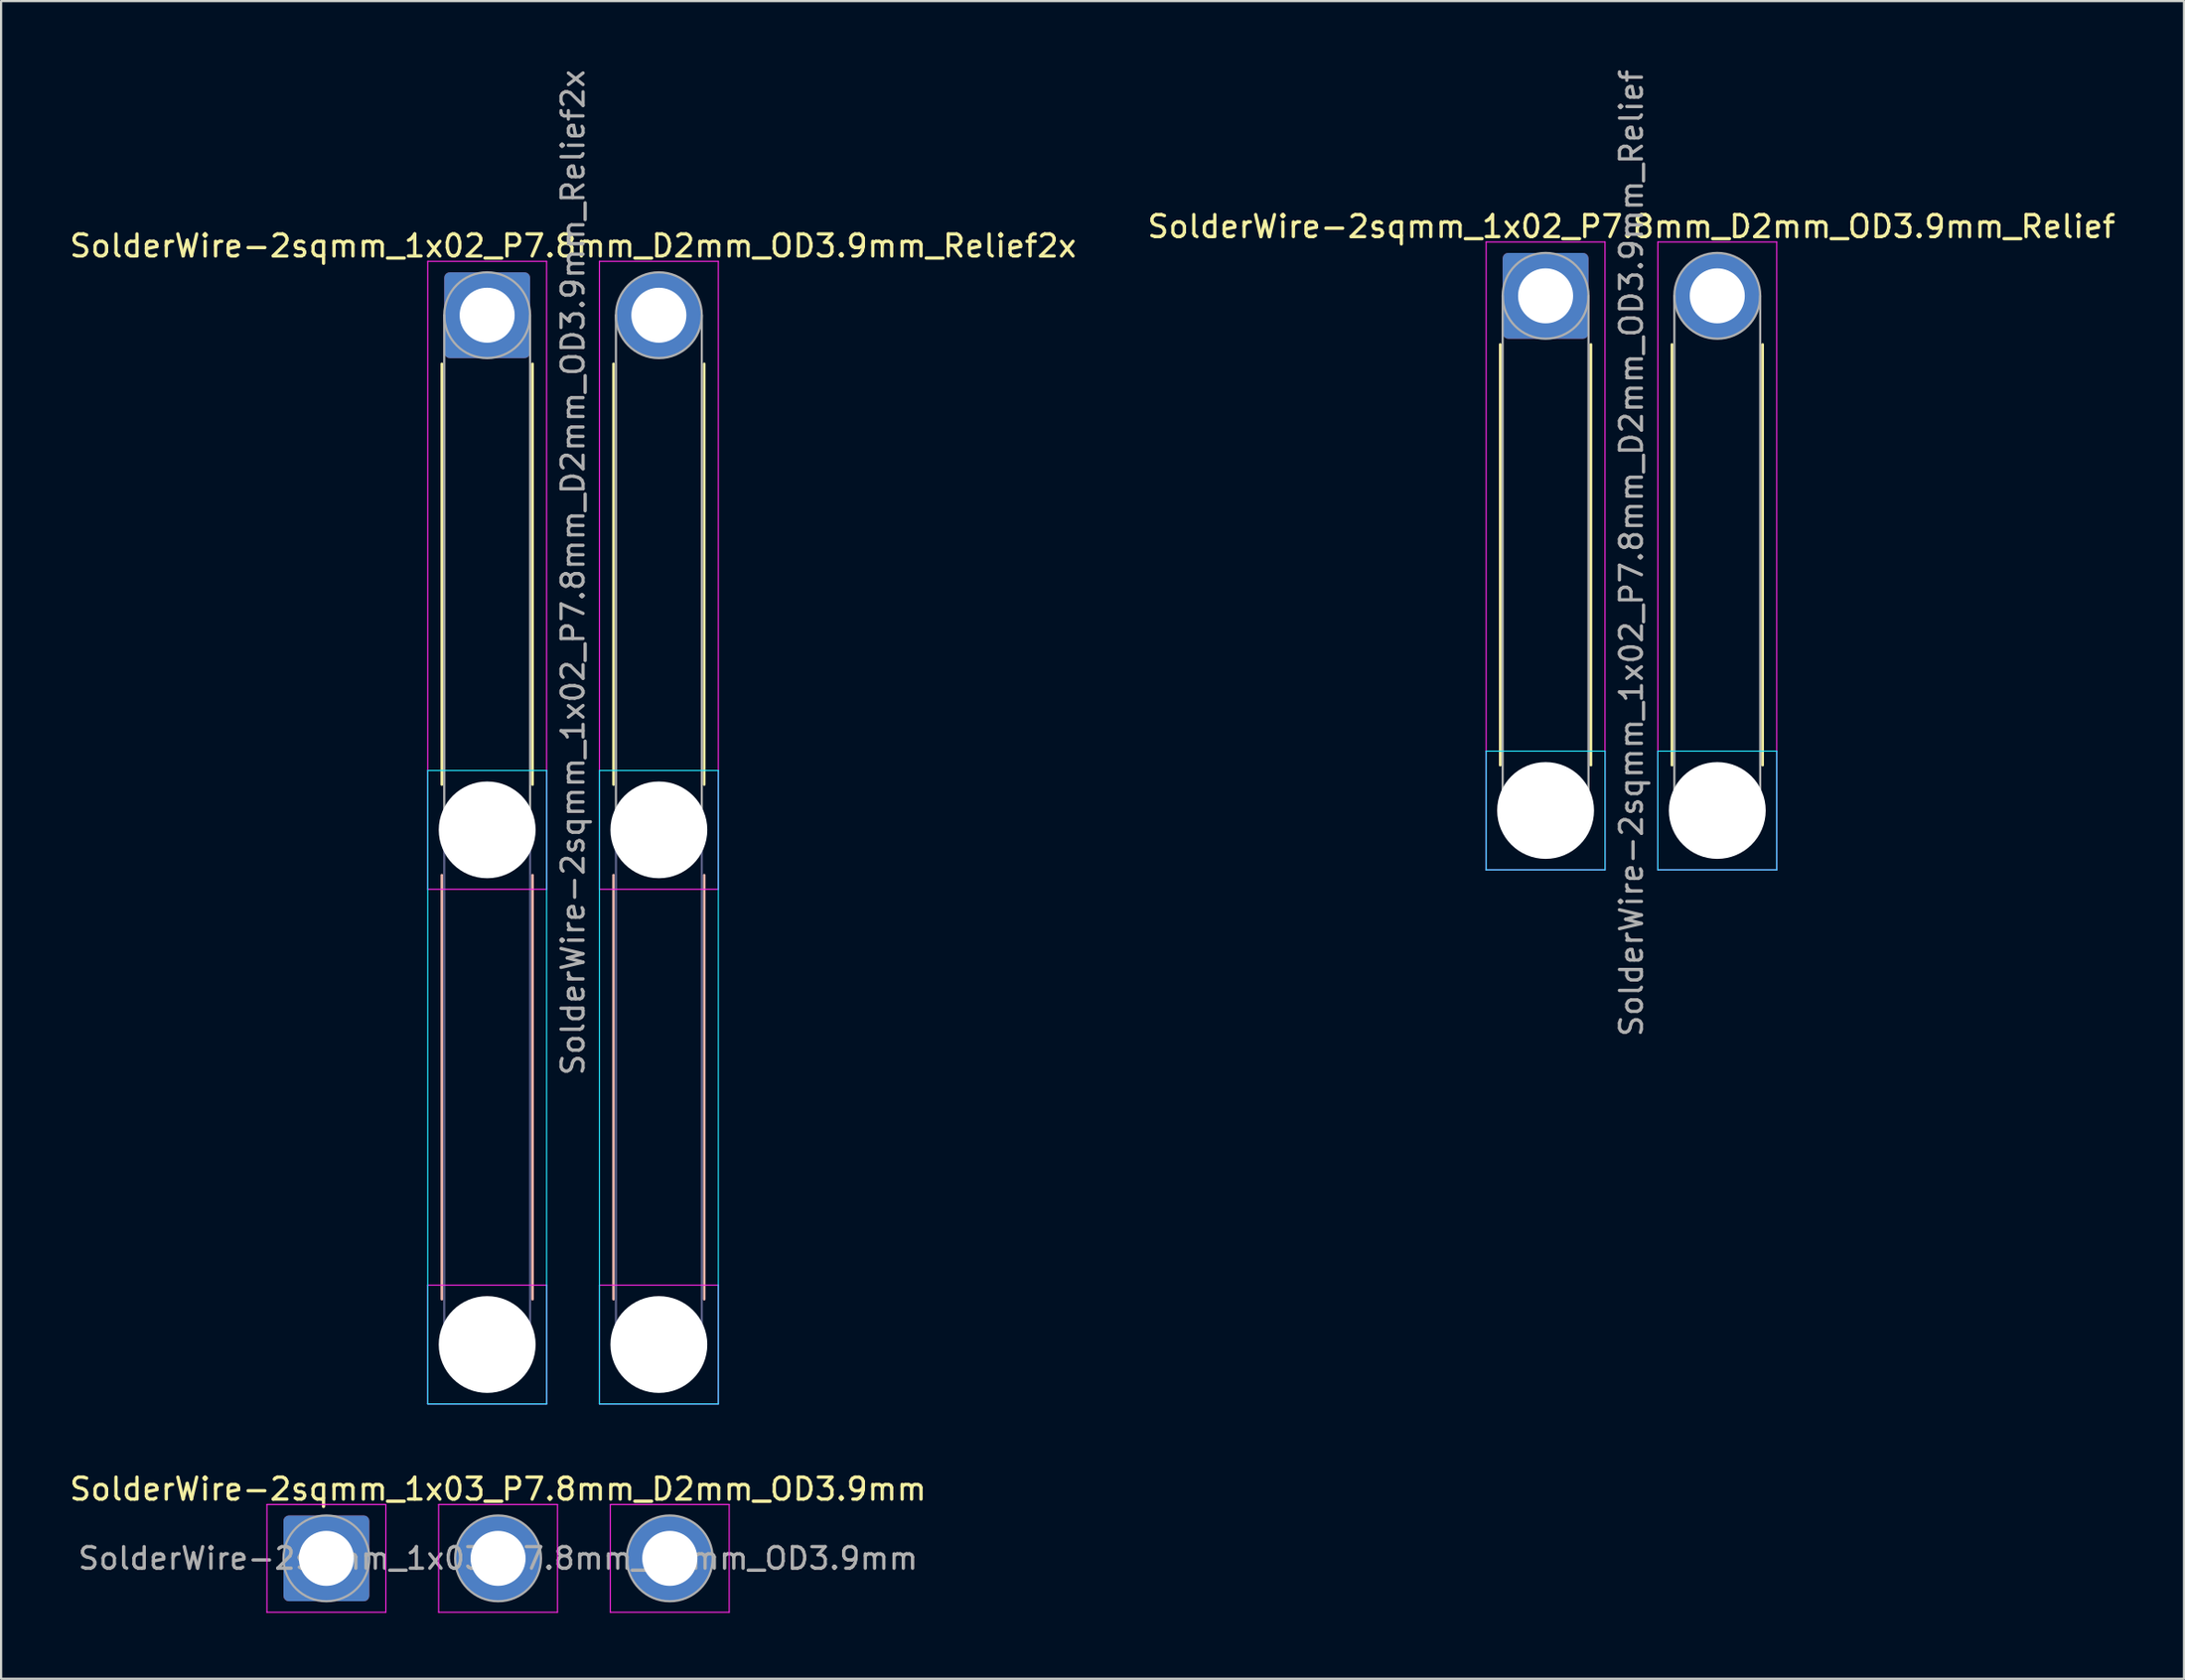
<source format=kicad_pcb>
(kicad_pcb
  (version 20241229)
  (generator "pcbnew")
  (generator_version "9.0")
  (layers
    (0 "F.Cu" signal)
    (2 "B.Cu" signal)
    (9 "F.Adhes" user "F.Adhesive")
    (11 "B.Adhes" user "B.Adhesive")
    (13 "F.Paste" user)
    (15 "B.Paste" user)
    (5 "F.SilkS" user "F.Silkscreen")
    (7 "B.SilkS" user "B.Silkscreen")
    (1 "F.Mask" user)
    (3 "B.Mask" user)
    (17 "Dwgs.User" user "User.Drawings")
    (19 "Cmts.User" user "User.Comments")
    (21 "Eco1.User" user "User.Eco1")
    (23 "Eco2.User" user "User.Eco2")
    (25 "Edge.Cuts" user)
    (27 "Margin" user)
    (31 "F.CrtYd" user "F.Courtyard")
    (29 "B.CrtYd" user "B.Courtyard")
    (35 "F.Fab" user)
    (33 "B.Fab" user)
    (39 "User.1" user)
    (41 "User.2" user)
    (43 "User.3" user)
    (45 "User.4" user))
  (footprint "SolderWire-2sqmm_1x02_P7.8mm_D2mm_OD3.9mm_Relief2x"
    (layer "F.Cu")
    (at 19.082 11.282)
    (property "Reference" "SolderWire-2sqmm_1x02_P7.8mm_D2mm_OD3.9mm_Relief2x" (at 3.9 -3.15 0) (layer "F.SilkS") (effects (font (size 1 1) (thickness 0.15))))
    (attr exclude_from_pos_files exclude_from_bom)
    (fp_line (start -2.06 2.21) (end -2.06 21.34) (stroke (width 0.12) (type solid)) (layer "F.SilkS"))
    (fp_line (start 2.06 2.21) (end 2.06 21.34) (stroke (width 0.12) (type solid)) (layer "F.SilkS"))
    (fp_line (start 5.74 2.21) (end 5.74 21.34) (stroke (width 0.12) (type solid)) (layer "F.SilkS"))
    (fp_line (start 9.86 2.21) (end 9.86 21.34) (stroke (width 0.12) (type solid)) (layer "F.SilkS"))
    (fp_line (start -2.06 25.46) (end -2.06 44.74) (stroke (width 0.12) (type solid)) (layer "B.SilkS"))
    (fp_line (start 2.06 25.46) (end 2.06 44.74) (stroke (width 0.12) (type solid)) (layer "B.SilkS"))
    (fp_line (start 5.74 25.46) (end 5.74 44.74) (stroke (width 0.12) (type solid)) (layer "B.SilkS"))
    (fp_line (start 9.86 25.46) (end 9.86 44.74) (stroke (width 0.12) (type solid)) (layer "B.SilkS"))
    (fp_line (start -2.7 20.7) (end -2.7 49.5) (stroke (width 0.05) (type solid)) (layer "B.CrtYd"))
    (fp_line (start -2.7 49.5) (end 2.7 49.5) (stroke (width 0.05) (type solid)) (layer "B.CrtYd"))
    (fp_line (start 2.7 20.7) (end -2.7 20.7) (stroke (width 0.05) (type solid)) (layer "B.CrtYd"))
    (fp_line (start 2.7 49.5) (end 2.7 20.7) (stroke (width 0.05) (type solid)) (layer "B.CrtYd"))
    (fp_line (start 5.1 20.7) (end 5.1 49.5) (stroke (width 0.05) (type solid)) (layer "B.CrtYd"))
    (fp_line (start 5.1 49.5) (end 10.5 49.5) (stroke (width 0.05) (type solid)) (layer "B.CrtYd"))
    (fp_line (start 10.5 20.7) (end 5.1 20.7) (stroke (width 0.05) (type solid)) (layer "B.CrtYd"))
    (fp_line (start 10.5 49.5) (end 10.5 20.7) (stroke (width 0.05) (type solid)) (layer "B.CrtYd"))
    (fp_line (start -2.7 -2.45) (end -2.7 26.1) (stroke (width 0.05) (type solid)) (layer "F.CrtYd"))
    (fp_line (start -2.7 26.1) (end 2.7 26.1) (stroke (width 0.05) (type solid)) (layer "F.CrtYd"))
    (fp_line (start -2.7 44.1) (end -2.7 49.5) (stroke (width 0.05) (type solid)) (layer "F.CrtYd"))
    (fp_line (start -2.7 49.5) (end 2.7 49.5) (stroke (width 0.05) (type solid)) (layer "F.CrtYd"))
    (fp_line (start 2.7 -2.45) (end -2.7 -2.45) (stroke (width 0.05) (type solid)) (layer "F.CrtYd"))
    (fp_line (start 2.7 26.1) (end 2.7 -2.45) (stroke (width 0.05) (type solid)) (layer "F.CrtYd"))
    (fp_line (start 2.7 44.1) (end -2.7 44.1) (stroke (width 0.05) (type solid)) (layer "F.CrtYd"))
    (fp_line (start 2.7 49.5) (end 2.7 44.1) (stroke (width 0.05) (type solid)) (layer "F.CrtYd"))
    (fp_line (start 5.1 -2.45) (end 5.1 26.1) (stroke (width 0.05) (type solid)) (layer "F.CrtYd"))
    (fp_line (start 5.1 26.1) (end 10.5 26.1) (stroke (width 0.05) (type solid)) (layer "F.CrtYd"))
    (fp_line (start 5.1 44.1) (end 5.1 49.5) (stroke (width 0.05) (type solid)) (layer "F.CrtYd"))
    (fp_line (start 5.1 49.5) (end 10.5 49.5) (stroke (width 0.05) (type solid)) (layer "F.CrtYd"))
    (fp_line (start 10.5 -2.45) (end 5.1 -2.45) (stroke (width 0.05) (type solid)) (layer "F.CrtYd"))
    (fp_line (start 10.5 26.1) (end 10.5 -2.45) (stroke (width 0.05) (type solid)) (layer "F.CrtYd"))
    (fp_line (start 10.5 44.1) (end 5.1 44.1) (stroke (width 0.05) (type solid)) (layer "F.CrtYd"))
    (fp_line (start 10.5 49.5) (end 10.5 44.1) (stroke (width 0.05) (type solid)) (layer "F.CrtYd"))
    (fp_line (start -1.95 23.4) (end -1.95 46.8) (stroke (width 0.1) (type solid)) (layer "B.Fab"))
    (fp_line (start 1.95 23.4) (end 1.95 46.8) (stroke (width 0.1) (type solid)) (layer "B.Fab"))
    (fp_line (start 5.85 23.4) (end 5.85 46.8) (stroke (width 0.1) (type solid)) (layer "B.Fab"))
    (fp_line (start 9.75 23.4) (end 9.75 46.8) (stroke (width 0.1) (type solid)) (layer "B.Fab"))
    (fp_circle (center 0 23.4) (end 1.95 23.4) (stroke (width 0.1) (type solid)) (fill no) (layer "B.Fab"))
    (fp_circle (center 0 46.8) (end 1.95 46.8) (stroke (width 0.1) (type solid)) (fill no) (layer "B.Fab"))
    (fp_circle (center 7.8 23.4) (end 9.75 23.4) (stroke (width 0.1) (type solid)) (fill no) (layer "B.Fab"))
    (fp_circle (center 7.8 46.8) (end 9.75 46.8) (stroke (width 0.1) (type solid)) (fill no) (layer "B.Fab"))
    (fp_line (start -1.95 0) (end -1.95 23.4) (stroke (width 0.1) (type solid)) (layer "F.Fab"))
    (fp_line (start 1.95 0) (end 1.95 23.4) (stroke (width 0.1) (type solid)) (layer "F.Fab"))
    (fp_line (start 5.85 0) (end 5.85 23.4) (stroke (width 0.1) (type solid)) (layer "F.Fab"))
    (fp_line (start 9.75 0) (end 9.75 23.4) (stroke (width 0.1) (type solid)) (layer "F.Fab"))
    (fp_circle (center 0 0) (end 1.95 0) (stroke (width 0.1) (type solid)) (fill no) (layer "F.Fab"))
    (fp_circle (center 0 23.4) (end 1.95 23.4) (stroke (width 0.1) (type solid)) (fill no) (layer "F.Fab"))
    (fp_circle (center 0 46.8) (end 1.95 46.8) (stroke (width 0.1) (type solid)) (fill no) (layer "F.Fab"))
    (fp_circle (center 7.8 0) (end 9.75 0) (stroke (width 0.1) (type solid)) (fill no) (layer "F.Fab"))
    (fp_circle (center 7.8 23.4) (end 9.75 23.4) (stroke (width 0.1) (type solid)) (fill no) (layer "F.Fab"))
    (fp_circle (center 7.8 46.8) (end 9.75 46.8) (stroke (width 0.1) (type solid)) (fill no) (layer "F.Fab"))
    (fp_text user "${REFERENCE}" (at 3.9 11.7 90) (layer "F.Fab") (effects (font (size 1 1) (thickness 0.15))))
    (pad "" np_thru_hole circle (at 0 23.4) (size 4.4 4.4) (drill 4.4) (layers "*.Cu" "*.Mask"))
    (pad "" np_thru_hole circle (at 0 46.8) (size 4.4 4.4) (drill 4.4) (layers "*.Cu" "*.Mask"))
    (pad "" np_thru_hole circle (at 7.8 23.4) (size 4.4 4.4) (drill 4.4) (layers "*.Cu" "*.Mask"))
    (pad "" np_thru_hole circle (at 7.8 46.8) (size 4.4 4.4) (drill 4.4) (layers "*.Cu" "*.Mask"))
    (pad "1" thru_hole roundrect (at 0 0) (size 3.9 3.9) (drill 2.5) (layers "*.Cu" "*.Mask") (roundrect_rratio 0.064))
    (pad "2" thru_hole circle (at 7.8 0) (size 3.9 3.9) (drill 2.5) (layers "*.Cu" "*.Mask")))
  (footprint "SolderWire-2sqmm_1x02_P7.8mm_D2mm_OD3.9mm_Relief"
    (layer "F.Cu")
    (at 67.165 10.401)
    (property "Reference" "SolderWire-2sqmm_1x02_P7.8mm_D2mm_OD3.9mm_Relief" (at 3.9 -3.15 0) (layer "F.SilkS") (effects (font (size 1 1) (thickness 0.15))))
    (attr exclude_from_pos_files exclude_from_bom)
    (fp_line (start -2.06 2.21) (end -2.06 21.34) (stroke (width 0.12) (type solid)) (layer "F.SilkS"))
    (fp_line (start 2.06 2.21) (end 2.06 21.34) (stroke (width 0.12) (type solid)) (layer "F.SilkS"))
    (fp_line (start 5.74 2.21) (end 5.74 21.34) (stroke (width 0.12) (type solid)) (layer "F.SilkS"))
    (fp_line (start 9.86 2.21) (end 9.86 21.34) (stroke (width 0.12) (type solid)) (layer "F.SilkS"))
    (fp_line (start -2.7 20.7) (end -2.7 26.1) (stroke (width 0.05) (type solid)) (layer "B.CrtYd"))
    (fp_line (start -2.7 26.1) (end 2.7 26.1) (stroke (width 0.05) (type solid)) (layer "B.CrtYd"))
    (fp_line (start 2.7 20.7) (end -2.7 20.7) (stroke (width 0.05) (type solid)) (layer "B.CrtYd"))
    (fp_line (start 2.7 26.1) (end 2.7 20.7) (stroke (width 0.05) (type solid)) (layer "B.CrtYd"))
    (fp_line (start 5.1 20.7) (end 5.1 26.1) (stroke (width 0.05) (type solid)) (layer "B.CrtYd"))
    (fp_line (start 5.1 26.1) (end 10.5 26.1) (stroke (width 0.05) (type solid)) (layer "B.CrtYd"))
    (fp_line (start 10.5 20.7) (end 5.1 20.7) (stroke (width 0.05) (type solid)) (layer "B.CrtYd"))
    (fp_line (start 10.5 26.1) (end 10.5 20.7) (stroke (width 0.05) (type solid)) (layer "B.CrtYd"))
    (fp_line (start -2.7 -2.45) (end -2.7 26.1) (stroke (width 0.05) (type solid)) (layer "F.CrtYd"))
    (fp_line (start -2.7 26.1) (end 2.7 26.1) (stroke (width 0.05) (type solid)) (layer "F.CrtYd"))
    (fp_line (start 2.7 -2.45) (end -2.7 -2.45) (stroke (width 0.05) (type solid)) (layer "F.CrtYd"))
    (fp_line (start 2.7 26.1) (end 2.7 -2.45) (stroke (width 0.05) (type solid)) (layer "F.CrtYd"))
    (fp_line (start 5.1 -2.45) (end 5.1 26.1) (stroke (width 0.05) (type solid)) (layer "F.CrtYd"))
    (fp_line (start 5.1 26.1) (end 10.5 26.1) (stroke (width 0.05) (type solid)) (layer "F.CrtYd"))
    (fp_line (start 10.5 -2.45) (end 5.1 -2.45) (stroke (width 0.05) (type solid)) (layer "F.CrtYd"))
    (fp_line (start 10.5 26.1) (end 10.5 -2.45) (stroke (width 0.05) (type solid)) (layer "F.CrtYd"))
    (fp_line (start -1.95 0) (end -1.95 23.4) (stroke (width 0.1) (type solid)) (layer "F.Fab"))
    (fp_line (start 1.95 0) (end 1.95 23.4) (stroke (width 0.1) (type solid)) (layer "F.Fab"))
    (fp_line (start 5.85 0) (end 5.85 23.4) (stroke (width 0.1) (type solid)) (layer "F.Fab"))
    (fp_line (start 9.75 0) (end 9.75 23.4) (stroke (width 0.1) (type solid)) (layer "F.Fab"))
    (fp_circle (center 0 0) (end 1.95 0) (stroke (width 0.1) (type solid)) (fill no) (layer "F.Fab"))
    (fp_circle (center 0 23.4) (end 1.95 23.4) (stroke (width 0.1) (type solid)) (fill no) (layer "F.Fab"))
    (fp_circle (center 7.8 0) (end 9.75 0) (stroke (width 0.1) (type solid)) (fill no) (layer "F.Fab"))
    (fp_circle (center 7.8 23.4) (end 9.75 23.4) (stroke (width 0.1) (type solid)) (fill no) (layer "F.Fab"))
    (fp_text user "${REFERENCE}" (at 3.9 11.7 90) (layer "F.Fab") (effects (font (size 1 1) (thickness 0.15))))
    (pad "" np_thru_hole circle (at 0 23.4) (size 4.4 4.4) (drill 4.4) (layers "*.Cu" "*.Mask"))
    (pad "" np_thru_hole circle (at 7.8 23.4) (size 4.4 4.4) (drill 4.4) (layers "*.Cu" "*.Mask"))
    (pad "1" thru_hole roundrect (at 0 0) (size 3.9 3.9) (drill 2.5) (layers "*.Cu" "*.Mask") (roundrect_rratio 0.064))
    (pad "2" thru_hole circle (at 7.8 0) (size 3.9 3.9) (drill 2.5) (layers "*.Cu" "*.Mask")))
  (footprint "SolderWire-2sqmm_1x03_P7.8mm_D2mm_OD3.9mm"
    (layer "F.Cu")
    (at 11.777 67.805)
    (property "Reference" "SolderWire-2sqmm_1x03_P7.8mm_D2mm_OD3.9mm" (at 7.8 -3.15 0) (layer "F.SilkS") (effects (font (size 1 1) (thickness 0.15))))
    (attr exclude_from_pos_files exclude_from_bom)
    (fp_line (start -2.7 -2.45) (end -2.7 2.45) (stroke (width 0.05) (type solid)) (layer "F.CrtYd"))
    (fp_line (start -2.7 2.45) (end 2.7 2.45) (stroke (width 0.05) (type solid)) (layer "F.CrtYd"))
    (fp_line (start 2.7 -2.45) (end -2.7 -2.45) (stroke (width 0.05) (type solid)) (layer "F.CrtYd"))
    (fp_line (start 2.7 2.45) (end 2.7 -2.45) (stroke (width 0.05) (type solid)) (layer "F.CrtYd"))
    (fp_line (start 5.1 -2.45) (end 5.1 2.45) (stroke (width 0.05) (type solid)) (layer "F.CrtYd"))
    (fp_line (start 5.1 2.45) (end 10.5 2.45) (stroke (width 0.05) (type solid)) (layer "F.CrtYd"))
    (fp_line (start 10.5 -2.45) (end 5.1 -2.45) (stroke (width 0.05) (type solid)) (layer "F.CrtYd"))
    (fp_line (start 10.5 2.45) (end 10.5 -2.45) (stroke (width 0.05) (type solid)) (layer "F.CrtYd"))
    (fp_line (start 12.9 -2.45) (end 12.9 2.45) (stroke (width 0.05) (type solid)) (layer "F.CrtYd"))
    (fp_line (start 12.9 2.45) (end 18.3 2.45) (stroke (width 0.05) (type solid)) (layer "F.CrtYd"))
    (fp_line (start 18.3 -2.45) (end 12.9 -2.45) (stroke (width 0.05) (type solid)) (layer "F.CrtYd"))
    (fp_line (start 18.3 2.45) (end 18.3 -2.45) (stroke (width 0.05) (type solid)) (layer "F.CrtYd"))
    (fp_circle (center 0 0) (end 1.95 0) (stroke (width 0.1) (type solid)) (fill no) (layer "F.Fab"))
    (fp_circle (center 7.8 0) (end 9.75 0) (stroke (width 0.1) (type solid)) (fill no) (layer "F.Fab"))
    (fp_circle (center 15.6 0) (end 17.55 0) (stroke (width 0.1) (type solid)) (fill no) (layer "F.Fab"))
    (fp_text user "${REFERENCE}" (at 7.8 0 0) (layer "F.Fab") (effects (font (size 0.98 0.98) (thickness 0.15))))
    (pad "1" thru_hole roundrect (at 0 0) (size 3.9 3.9) (drill 2.5) (layers "*.Cu" "*.Mask") (roundrect_rratio 0.064))
    (pad "2" thru_hole circle (at 7.8 0) (size 3.9 3.9) (drill 2.5) (layers "*.Cu" "*.Mask"))
    (pad "3" thru_hole circle (at 15.6 0) (size 3.9 3.9) (drill 2.5) (layers "*.Cu" "*.Mask")))
  (gr_rect
    (start -3 -3)
    (end 96.167 73.28)
    (stroke (width 0.1) (type default))
    (fill no)
    (layer "Edge.Cuts")))
</source>
